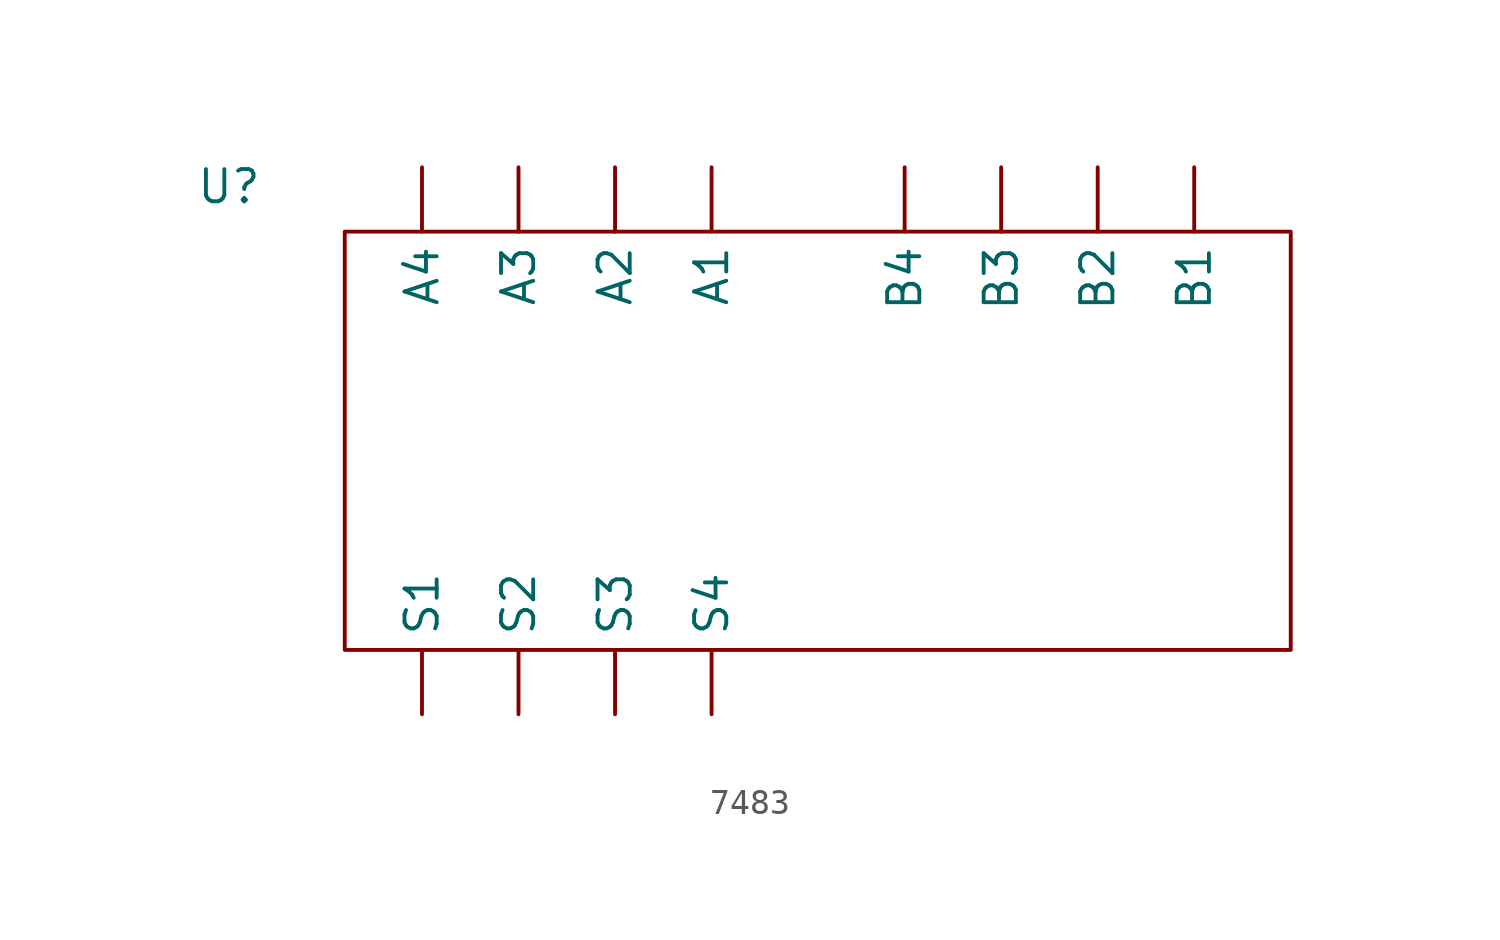
<source format=kicad_sym>
(kicad_symbol_lib
  (version 20241209)
  (generator "kicad_symbol_editor")
  (generator_version "9.0")
  (symbol "7483"
    (property "Reference" "U"
      (at -15.24 6.858 0)
      (effects (font (size 1.27 1.27))))
    (property "Value" ""
      (at 0 0 0)
      (effects (font (size 1.27 1.27))))
    (symbol "7483_0_1"
      (rectangle (start -10.668 5.08) (end 26.67 -11.43) (stroke (width 0) (type default)) (fill (type none))))
    (symbol "7483_1_1"
      (pin input line (at -7.62 7.62 270) (length 2.54) (name "A4" (effects (font (size 1.27 1.27)))) (number "" (effects (font (size 1.27 1.27)))))
      (pin output line (at -7.62 -13.97 90) (length 2.54) (name "S1" (effects (font (size 1.27 1.27)))) (number "" (effects (font (size 1.27 1.27)))))
      (pin input line (at -3.81 7.62 270) (length 2.54) (name "A3" (effects (font (size 1.27 1.27)))) (number "" (effects (font (size 1.27 1.27)))))
      (pin output line (at -3.81 -13.97 90) (length 2.54) (name "S2" (effects (font (size 1.27 1.27)))) (number "" (effects (font (size 1.27 1.27)))))
      (pin input line (at 0 7.62 270) (length 2.54) (name "A2" (effects (font (size 1.27 1.27)))) (number "" (effects (font (size 1.27 1.27)))))
      (pin output line (at 0 -13.97 90) (length 2.54) (name "S3" (effects (font (size 1.27 1.27)))) (number "" (effects (font (size 1.27 1.27)))))
      (pin input line (at 3.81 7.62 270) (length 2.54) (name "A1" (effects (font (size 1.27 1.27)))) (number "" (effects (font (size 1.27 1.27)))))
      (pin output line (at 3.81 -13.97 90) (length 2.54) (name "S4" (effects (font (size 1.27 1.27)))) (number "" (effects (font (size 1.27 1.27)))))
      (pin input line (at 11.43 7.62 270) (length 2.54) (name "B4" (effects (font (size 1.27 1.27)))) (number "" (effects (font (size 1.27 1.27)))))
      (pin input line (at 15.24 7.62 270) (length 2.54) (name "B3" (effects (font (size 1.27 1.27)))) (number "" (effects (font (size 1.27 1.27)))))
      (pin input line (at 19.05 7.62 270) (length 2.54) (name "B2" (effects (font (size 1.27 1.27)))) (number "" (effects (font (size 1.27 1.27)))))
      (pin input line (at 22.86 7.62 270) (length 2.54) (name "B1" (effects (font (size 1.27 1.27)))) (number "" (effects (font (size 1.27 1.27))))))))
</source>
